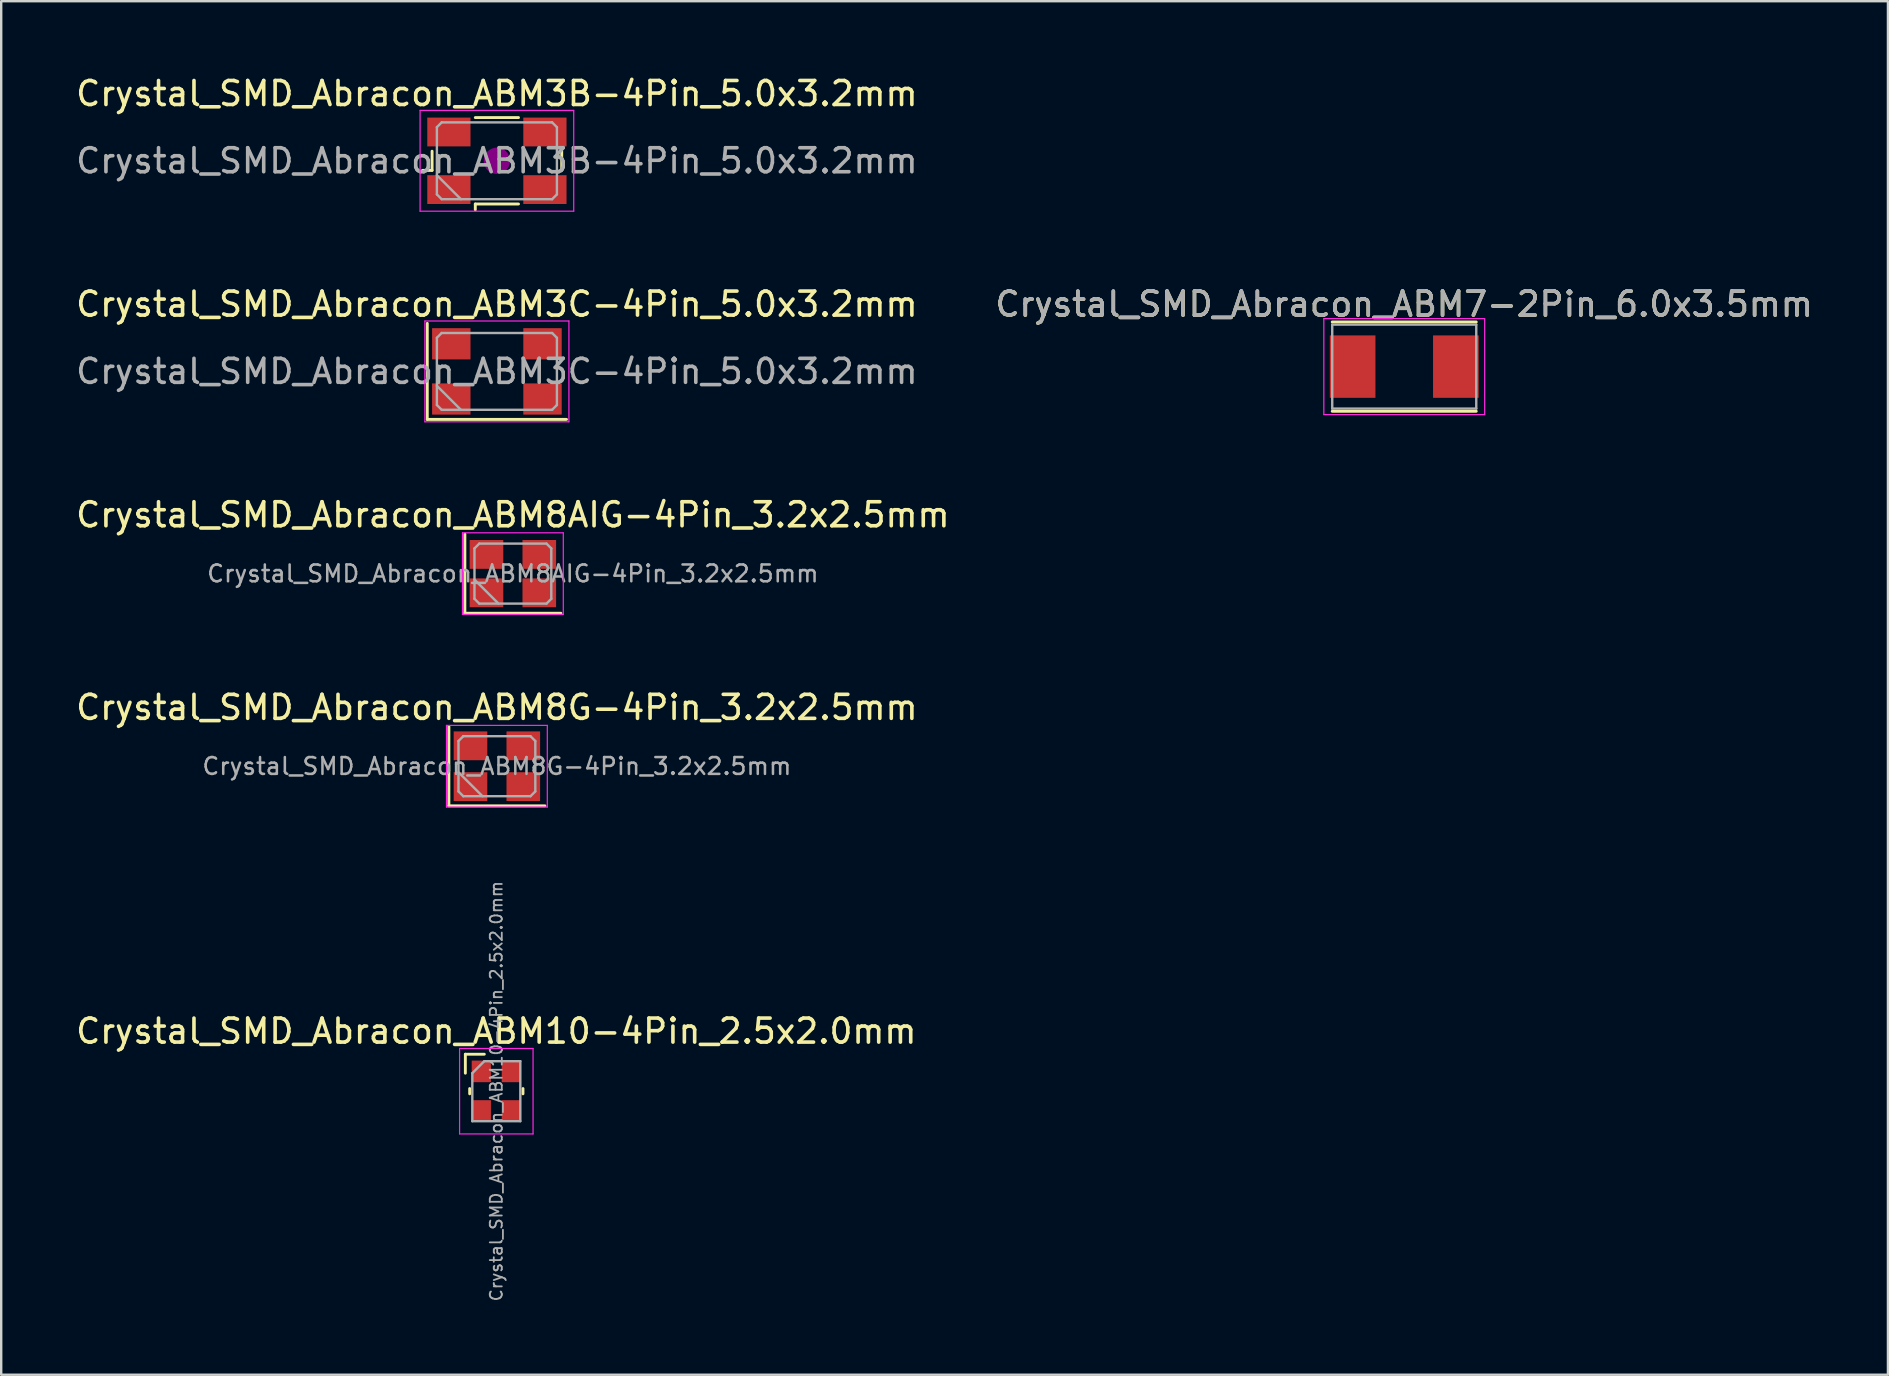
<source format=kicad_pcb>
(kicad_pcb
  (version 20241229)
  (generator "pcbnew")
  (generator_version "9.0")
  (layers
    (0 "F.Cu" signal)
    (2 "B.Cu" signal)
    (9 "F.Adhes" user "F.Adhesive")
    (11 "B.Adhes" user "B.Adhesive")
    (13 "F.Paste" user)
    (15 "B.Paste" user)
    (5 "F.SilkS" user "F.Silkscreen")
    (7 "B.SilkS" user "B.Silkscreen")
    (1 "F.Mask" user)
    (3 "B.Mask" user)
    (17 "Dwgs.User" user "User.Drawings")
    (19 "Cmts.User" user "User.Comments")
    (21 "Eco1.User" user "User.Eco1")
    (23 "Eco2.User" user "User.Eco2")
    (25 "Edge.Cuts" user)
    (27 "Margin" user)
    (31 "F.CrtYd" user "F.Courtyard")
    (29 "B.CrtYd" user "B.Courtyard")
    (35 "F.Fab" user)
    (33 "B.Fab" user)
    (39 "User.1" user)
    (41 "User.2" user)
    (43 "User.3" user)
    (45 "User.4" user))
  (footprint "Crystal_SMD_Abracon_ABM8AIG-4Pin_3.2x2.5mm"
    (layer "F.Cu")
    (at 18.315 20.845)
    (property "Reference" "Crystal_SMD_Abracon_ABM8AIG-4Pin_3.2x2.5mm" (at 0 -2.45 0) (layer "F.SilkS") (effects (font (size 1 1) (thickness 0.15))))
    (attr smd)
    (fp_line (start -2 -1.65) (end -2 1.65) (stroke (width 0.12) (type solid)) (layer "F.SilkS"))
    (fp_line (start -2 1.65) (end 2 1.65) (stroke (width 0.12) (type solid)) (layer "F.SilkS"))
    (fp_line (start -2.1 -1.7) (end -2.1 1.7) (stroke (width 0.05) (type solid)) (layer "F.CrtYd"))
    (fp_line (start -2.1 1.7) (end 2.1 1.7) (stroke (width 0.05) (type solid)) (layer "F.CrtYd"))
    (fp_line (start 2.1 -1.7) (end -2.1 -1.7) (stroke (width 0.05) (type solid)) (layer "F.CrtYd"))
    (fp_line (start 2.1 1.7) (end 2.1 -1.7) (stroke (width 0.05) (type solid)) (layer "F.CrtYd"))
    (fp_line (start -1.6 -1.05) (end -1.4 -1.25) (stroke (width 0.1) (type solid)) (layer "F.Fab"))
    (fp_line (start -1.6 0.25) (end -0.6 1.25) (stroke (width 0.1) (type solid)) (layer "F.Fab"))
    (fp_line (start -1.6 1.05) (end -1.6 -1.05) (stroke (width 0.1) (type solid)) (layer "F.Fab"))
    (fp_line (start -1.4 -1.25) (end 1.4 -1.25) (stroke (width 0.1) (type solid)) (layer "F.Fab"))
    (fp_line (start -1.4 1.25) (end -1.6 1.05) (stroke (width 0.1) (type solid)) (layer "F.Fab"))
    (fp_line (start 1.4 -1.25) (end 1.6 -1.05) (stroke (width 0.1) (type solid)) (layer "F.Fab"))
    (fp_line (start 1.4 1.25) (end -1.4 1.25) (stroke (width 0.1) (type solid)) (layer "F.Fab"))
    (fp_line (start 1.6 -1.05) (end 1.6 1.05) (stroke (width 0.1) (type solid)) (layer "F.Fab"))
    (fp_line (start 1.6 1.05) (end 1.4 1.25) (stroke (width 0.1) (type solid)) (layer "F.Fab"))
    (fp_text user "${REFERENCE}" (at 0 0 0) (layer "F.Fab") (effects (font (size 0.7 0.7) (thickness 0.105))))
    (pad "1" smd rect (at -1.1 0.8) (size 1.4 1.2) (layers "F.Cu" "F.Mask" "F.Paste"))
    (pad "2" smd rect (at 1.1 0.8) (size 1.4 1.2) (layers "F.Cu" "F.Mask" "F.Paste"))
    (pad "3" smd rect (at 1.1 -0.8) (size 1.4 1.2) (layers "F.Cu" "F.Mask" "F.Paste"))
    (pad "4" smd rect (at -1.1 -0.8) (size 1.4 1.2) (layers "F.Cu" "F.Mask" "F.Paste")))
  (footprint "Crystal_SMD_Abracon_ABM8G-4Pin_3.2x2.5mm"
    (layer "F.Cu")
    (at 17.649 28.868)
    (property "Reference" "Crystal_SMD_Abracon_ABM8G-4Pin_3.2x2.5mm" (at 0 -2.45 0) (layer "F.SilkS") (effects (font (size 1 1) (thickness 0.15))))
    (attr smd)
    (fp_line (start -2 -1.65) (end -2 1.65) (stroke (width 0.12) (type solid)) (layer "F.SilkS"))
    (fp_line (start -2 1.65) (end 2 1.65) (stroke (width 0.12) (type solid)) (layer "F.SilkS"))
    (fp_line (start -2.1 -1.7) (end -2.1 1.7) (stroke (width 0.05) (type solid)) (layer "F.CrtYd"))
    (fp_line (start -2.1 1.7) (end 2.1 1.7) (stroke (width 0.05) (type solid)) (layer "F.CrtYd"))
    (fp_line (start 2.1 -1.7) (end -2.1 -1.7) (stroke (width 0.05) (type solid)) (layer "F.CrtYd"))
    (fp_line (start 2.1 1.7) (end 2.1 -1.7) (stroke (width 0.05) (type solid)) (layer "F.CrtYd"))
    (fp_line (start -1.6 -1.05) (end -1.4 -1.25) (stroke (width 0.1) (type solid)) (layer "F.Fab"))
    (fp_line (start -1.6 0.25) (end -0.6 1.25) (stroke (width 0.1) (type solid)) (layer "F.Fab"))
    (fp_line (start -1.6 1.05) (end -1.6 -1.05) (stroke (width 0.1) (type solid)) (layer "F.Fab"))
    (fp_line (start -1.4 -1.25) (end 1.4 -1.25) (stroke (width 0.1) (type solid)) (layer "F.Fab"))
    (fp_line (start -1.4 1.25) (end -1.6 1.05) (stroke (width 0.1) (type solid)) (layer "F.Fab"))
    (fp_line (start 1.4 -1.25) (end 1.6 -1.05) (stroke (width 0.1) (type solid)) (layer "F.Fab"))
    (fp_line (start 1.4 1.25) (end -1.4 1.25) (stroke (width 0.1) (type solid)) (layer "F.Fab"))
    (fp_line (start 1.6 -1.05) (end 1.6 1.05) (stroke (width 0.1) (type solid)) (layer "F.Fab"))
    (fp_line (start 1.6 1.05) (end 1.4 1.25) (stroke (width 0.1) (type solid)) (layer "F.Fab"))
    (fp_text user "${REFERENCE}" (at 0 0 0) (layer "F.Fab") (effects (font (size 0.7 0.7) (thickness 0.105))))
    (pad "1" smd rect (at -1.1 0.85) (size 1.4 1.2) (layers "F.Cu" "F.Mask" "F.Paste"))
    (pad "2" smd rect (at 1.1 0.85) (size 1.4 1.2) (layers "F.Cu" "F.Mask" "F.Paste"))
    (pad "3" smd rect (at 1.1 -0.85) (size 1.4 1.2) (layers "F.Cu" "F.Mask" "F.Paste"))
    (pad "4" smd rect (at -1.1 -0.85) (size 1.4 1.2) (layers "F.Cu" "F.Mask" "F.Paste")))
  (footprint "Crystal_SMD_Abracon_ABM3C-4Pin_5.0x3.2mm"
    (layer "F.Cu")
    (at 17.649 12.421)
    (property "Reference" "Crystal_SMD_Abracon_ABM3C-4Pin_5.0x3.2mm" (at 0 -2.8 0) (layer "F.SilkS") (effects (font (size 1 1) (thickness 0.15))))
    (attr smd)
    (fp_line (start -2.9 -2) (end -2.9 2) (stroke (width 0.12) (type solid)) (layer "F.SilkS"))
    (fp_line (start -2.9 2) (end 2.9 2) (stroke (width 0.12) (type solid)) (layer "F.SilkS"))
    (fp_line (start -3 -2.1) (end -3 2.1) (stroke (width 0.05) (type solid)) (layer "F.CrtYd"))
    (fp_line (start -3 2.1) (end 3 2.1) (stroke (width 0.05) (type solid)) (layer "F.CrtYd"))
    (fp_line (start 3 -2.1) (end -3 -2.1) (stroke (width 0.05) (type solid)) (layer "F.CrtYd"))
    (fp_line (start 3 2.1) (end 3 -2.1) (stroke (width 0.05) (type solid)) (layer "F.CrtYd"))
    (fp_line (start -2.5 -1.4) (end -2.3 -1.6) (stroke (width 0.1) (type solid)) (layer "F.Fab"))
    (fp_line (start -2.5 0.6) (end -1.5 1.6) (stroke (width 0.1) (type solid)) (layer "F.Fab"))
    (fp_line (start -2.5 1.4) (end -2.5 -1.4) (stroke (width 0.1) (type solid)) (layer "F.Fab"))
    (fp_line (start -2.3 -1.6) (end 2.3 -1.6) (stroke (width 0.1) (type solid)) (layer "F.Fab"))
    (fp_line (start -2.3 1.6) (end -2.5 1.4) (stroke (width 0.1) (type solid)) (layer "F.Fab"))
    (fp_line (start 2.3 -1.6) (end 2.5 -1.4) (stroke (width 0.1) (type solid)) (layer "F.Fab"))
    (fp_line (start 2.3 1.6) (end -2.3 1.6) (stroke (width 0.1) (type solid)) (layer "F.Fab"))
    (fp_line (start 2.5 -1.4) (end 2.5 1.4) (stroke (width 0.1) (type solid)) (layer "F.Fab"))
    (fp_line (start 2.5 1.4) (end 2.3 1.6) (stroke (width 0.1) (type solid)) (layer "F.Fab"))
    (fp_text user "${REFERENCE}" (at 0 0 0) (layer "F.Fab") (effects (font (size 1 1) (thickness 0.15))))
    (pad "1" smd rect (at -1.9 1.15) (size 1.6 1.3) (layers "F.Cu" "F.Mask" "F.Paste"))
    (pad "2" smd rect (at 1.9 1.15) (size 1.6 1.3) (layers "F.Cu" "F.Mask" "F.Paste"))
    (pad "3" smd rect (at 1.9 -1.15) (size 1.6 1.3) (layers "F.Cu" "F.Mask" "F.Paste"))
    (pad "4" smd rect (at -1.9 -1.15) (size 1.6 1.3) (layers "F.Cu" "F.Mask" "F.Paste")))
  (footprint "Crystal_SMD_Abracon_ABM10-4Pin_2.5x2.0mm"
    (layer "F.Cu")
    (at 17.625 42.405)
    (property "Reference" "Crystal_SMD_Abracon_ABM10-4Pin_2.5x2.0mm" (at 0 -2.5 0) (layer "F.SilkS") (effects (font (size 1 1) (thickness 0.15))))
    (attr smd)
    (fp_line (start -1.29 -0.75) (end -1.29 -1.54) (stroke (width 0.12) (type solid)) (layer "F.SilkS"))
    (fp_line (start -1.11 -0.11) (end -1.11 0.11) (stroke (width 0.12) (type solid)) (layer "F.SilkS"))
    (fp_line (start -0.5 -1.54) (end -1.29 -1.54) (stroke (width 0.12) (type solid)) (layer "F.SilkS"))
    (fp_line (start 1.11 -0.11) (end 1.11 0.11) (stroke (width 0.12) (type solid)) (layer "F.SilkS"))
    (fp_line (start -1.53 -1.78) (end -1.53 1.78) (stroke (width 0.05) (type solid)) (layer "F.CrtYd"))
    (fp_line (start -1.53 1.78) (end 1.53 1.78) (stroke (width 0.05) (type solid)) (layer "F.CrtYd"))
    (fp_line (start 1.53 -1.78) (end -1.53 -1.78) (stroke (width 0.05) (type solid)) (layer "F.CrtYd"))
    (fp_line (start 1.53 -1.78) (end 1.53 1.78) (stroke (width 0.05) (type solid)) (layer "F.CrtYd"))
    (fp_line (start -1 -0.75) (end -1 1.25) (stroke (width 0.1) (type solid)) (layer "F.Fab"))
    (fp_line (start -1 1.25) (end 1 1.25) (stroke (width 0.1) (type solid)) (layer "F.Fab"))
    (fp_line (start -0.5 -1.25) (end -1 -0.75) (stroke (width 0.1) (type solid)) (layer "F.Fab"))
    (fp_line (start -0.5 -1.25) (end 1 -1.25) (stroke (width 0.1) (type solid)) (layer "F.Fab"))
    (fp_line (start 1 -1.25) (end 1 1.25) (stroke (width 0.1) (type solid)) (layer "F.Fab"))
    (fp_text user "${REFERENCE}" (at 0 0 90) (layer "F.Fab") (effects (font (size 0.5 0.5) (thickness 0.075))))
    (pad "1" smd rect (at -0.625 -0.825) (size 0.8 0.9) (layers "F.Cu" "F.Mask" "F.Paste"))
    (pad "2" smd rect (at -0.625 0.825) (size 0.8 0.9) (layers "F.Cu" "F.Mask" "F.Paste"))
    (pad "3" smd rect (at 0.625 0.825) (size 0.8 0.9) (layers "F.Cu" "F.Mask" "F.Paste"))
    (pad "4" smd rect (at 0.625 -0.825) (size 0.8 0.9) (layers "F.Cu" "F.Mask" "F.Paste")))
  (footprint "Crystal_SMD_Abracon_ABM3B-4Pin_5.0x3.2mm"
    (layer "F.Cu")
    (at 17.649 3.648)
    (property "Reference" "Crystal_SMD_Abracon_ABM3B-4Pin_5.0x3.2mm" (at 0 -2.8 0) (layer "F.SilkS") (effects (font (size 1 1) (thickness 0.15))))
    (attr smd)
    (fp_line (start -3.1 0.4) (end -2.7 0.4) (stroke (width 0.12) (type solid)) (layer "F.SilkS"))
    (fp_line (start -2.7 0.4) (end -2.7 -0.4) (stroke (width 0.12) (type solid)) (layer "F.SilkS"))
    (fp_line (start -0.9 -1.8) (end 0.9 -1.8) (stroke (width 0.12) (type solid)) (layer "F.SilkS"))
    (fp_line (start -0.9 1.8) (end -0.9 2.04) (stroke (width 0.12) (type solid)) (layer "F.SilkS"))
    (fp_line (start 0.9 1.8) (end -0.9 1.8) (stroke (width 0.12) (type solid)) (layer "F.SilkS"))
    (fp_line (start 2.7 -0.4) (end 2.7 0.4) (stroke (width 0.12) (type solid)) (layer "F.SilkS"))
    (fp_circle (center 0 0) (end 0.117 0) (stroke (width 0.233) (type solid)) (fill no) (layer "F.Adhes"))
    (fp_circle (center 0 0) (end 0.267 0) (stroke (width 0.167) (type solid)) (fill no) (layer "F.Adhes"))
    (fp_circle (center 0 0) (end 0.417 0) (stroke (width 0.167) (type solid)) (fill no) (layer "F.Adhes"))
    (fp_circle (center 0 0) (end 0.5 0) (stroke (width 0.1) (type solid)) (fill no) (layer "F.Adhes"))
    (fp_line (start -3.2 -2.1) (end -3.2 2.1) (stroke (width 0.05) (type solid)) (layer "F.CrtYd"))
    (fp_line (start -3.2 2.1) (end 3.2 2.1) (stroke (width 0.05) (type solid)) (layer "F.CrtYd"))
    (fp_line (start 3.2 -2.1) (end -3.2 -2.1) (stroke (width 0.05) (type solid)) (layer "F.CrtYd"))
    (fp_line (start 3.2 2.1) (end 3.2 -2.1) (stroke (width 0.05) (type solid)) (layer "F.CrtYd"))
    (fp_line (start -2.5 -1.4) (end -2.3 -1.6) (stroke (width 0.1) (type solid)) (layer "F.Fab"))
    (fp_line (start -2.5 0.6) (end -1.5 1.6) (stroke (width 0.1) (type solid)) (layer "F.Fab"))
    (fp_line (start -2.5 1.4) (end -2.5 -1.4) (stroke (width 0.1) (type solid)) (layer "F.Fab"))
    (fp_line (start -2.3 -1.6) (end 2.3 -1.6) (stroke (width 0.1) (type solid)) (layer "F.Fab"))
    (fp_line (start -2.3 1.6) (end -2.5 1.4) (stroke (width 0.1) (type solid)) (layer "F.Fab"))
    (fp_line (start 2.3 -1.6) (end 2.5 -1.4) (stroke (width 0.1) (type solid)) (layer "F.Fab"))
    (fp_line (start 2.3 1.6) (end -2.3 1.6) (stroke (width 0.1) (type solid)) (layer "F.Fab"))
    (fp_line (start 2.5 -1.4) (end 2.5 1.4) (stroke (width 0.1) (type solid)) (layer "F.Fab"))
    (fp_line (start 2.5 1.4) (end 2.3 1.6) (stroke (width 0.1) (type solid)) (layer "F.Fab"))
    (fp_text user "${REFERENCE}" (at 0 0 0) (layer "F.Fab") (effects (font (size 1 1) (thickness 0.15))))
    (pad "1" smd rect (at -2 1.2) (size 1.8 1.2) (layers "F.Cu" "F.Mask" "F.Paste"))
    (pad "2" smd rect (at 2 1.2) (size 1.8 1.2) (layers "F.Cu" "F.Mask" "F.Paste"))
    (pad "3" smd rect (at 2 -1.2) (size 1.8 1.2) (layers "F.Cu" "F.Mask" "F.Paste"))
    (pad "4" smd rect (at -2 -1.2) (size 1.8 1.2) (layers "F.Cu" "F.Mask" "F.Paste")))
  (footprint "Crystal_SMD_Abracon_ABM7-2Pin_6.0x3.5mm"
    (layer "F.Cu")
    (at 55.446 12.222)
    (property "Reference" "Crystal_SMD_Abracon_ABM7-2Pin_6.0x3.5mm" (at 0 -2.6 0) (layer "F.SilkS") (effects (font (size 1 1) (thickness 0.15))))
    (attr smd)
    (fp_line (start -3 -1.86) (end 3 -1.86) (stroke (width 0.12) (type solid)) (layer "F.SilkS"))
    (fp_line (start -3 1.86) (end 3 1.86) (stroke (width 0.12) (type solid)) (layer "F.SilkS"))
    (fp_line (start -3.35 -2) (end -3.35 2) (stroke (width 0.05) (type solid)) (layer "F.CrtYd"))
    (fp_line (start -3.35 -2) (end 3.35 -2) (stroke (width 0.05) (type solid)) (layer "F.CrtYd"))
    (fp_line (start 3.35 2) (end -3.35 2) (stroke (width 0.05) (type solid)) (layer "F.CrtYd"))
    (fp_line (start 3.35 2) (end 3.35 -2) (stroke (width 0.05) (type solid)) (layer "F.CrtYd"))
    (fp_line (start -3 -1.75) (end -3 1.75) (stroke (width 0.1) (type solid)) (layer "F.Fab"))
    (fp_line (start -3 -1.75) (end 3 -1.75) (stroke (width 0.1) (type solid)) (layer "F.Fab"))
    (fp_line (start -3 1.75) (end 3 1.75) (stroke (width 0.1) (type solid)) (layer "F.Fab"))
    (fp_line (start 3 -1.75) (end 3 1.75) (stroke (width 0.1) (type solid)) (layer "F.Fab"))
    (fp_text user "${REFERENCE}" (at 0 -2.6 0) (layer "F.Fab") (effects (font (size 1 1) (thickness 0.15))))
    (pad "1" smd rect (at -2.15 0) (size 1.9 2.6) (layers "F.Cu" "F.Mask" "F.Paste"))
    (pad "2" smd rect (at 2.15 0) (size 1.9 2.6) (layers "F.Cu" "F.Mask" "F.Paste")))
  (gr_rect
    (start -3 -3)
    (end 75.595 54.218)
    (stroke (width 0.1) (type default))
    (fill no)
    (layer "Edge.Cuts")))
</source>
